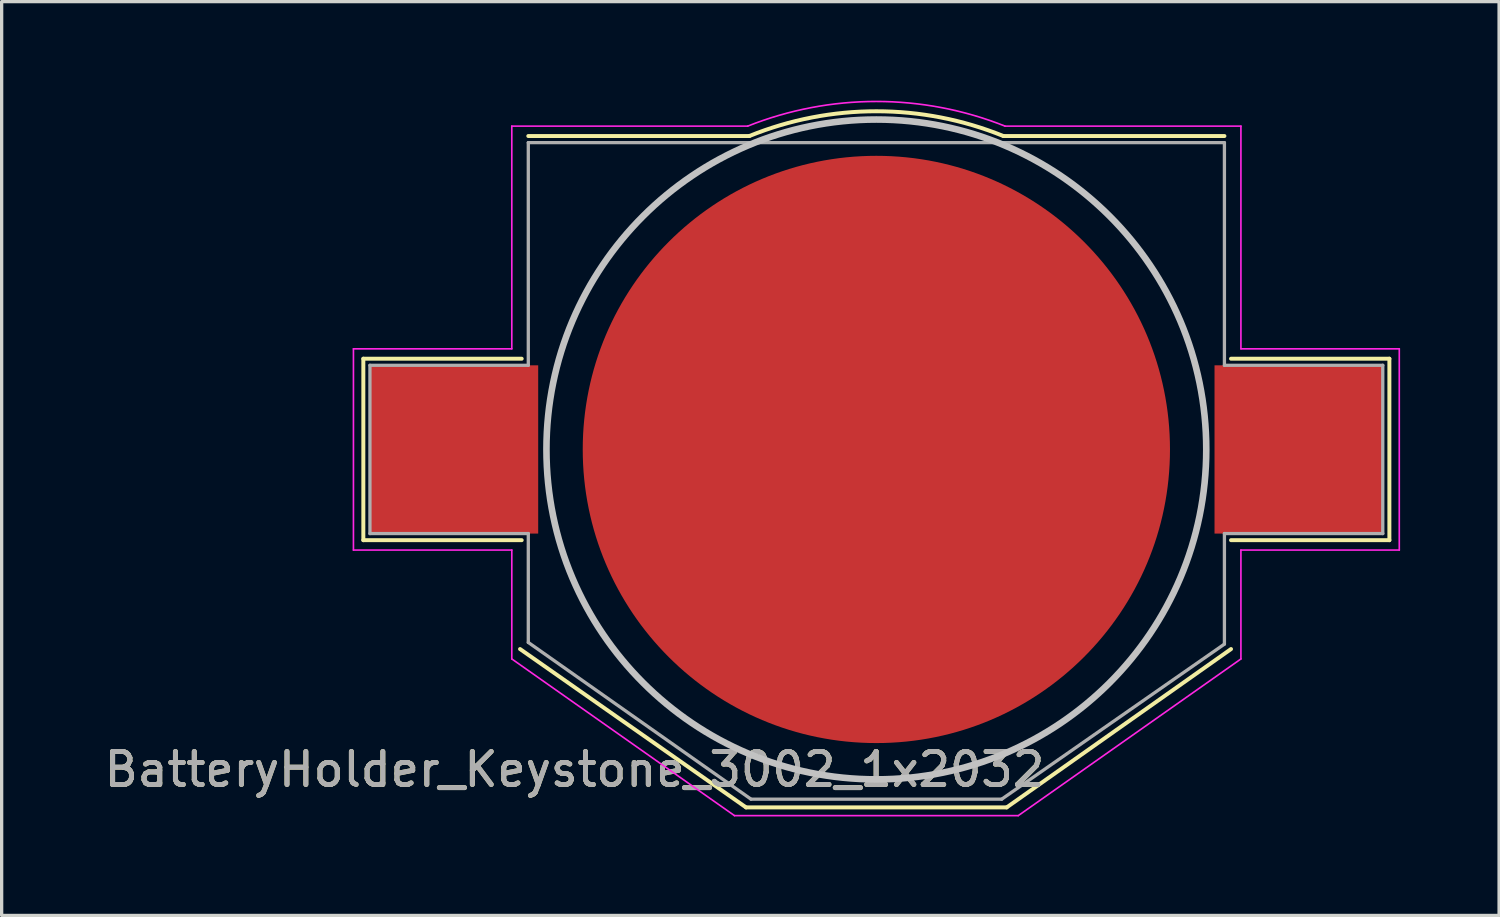
<source format=kicad_pcb>
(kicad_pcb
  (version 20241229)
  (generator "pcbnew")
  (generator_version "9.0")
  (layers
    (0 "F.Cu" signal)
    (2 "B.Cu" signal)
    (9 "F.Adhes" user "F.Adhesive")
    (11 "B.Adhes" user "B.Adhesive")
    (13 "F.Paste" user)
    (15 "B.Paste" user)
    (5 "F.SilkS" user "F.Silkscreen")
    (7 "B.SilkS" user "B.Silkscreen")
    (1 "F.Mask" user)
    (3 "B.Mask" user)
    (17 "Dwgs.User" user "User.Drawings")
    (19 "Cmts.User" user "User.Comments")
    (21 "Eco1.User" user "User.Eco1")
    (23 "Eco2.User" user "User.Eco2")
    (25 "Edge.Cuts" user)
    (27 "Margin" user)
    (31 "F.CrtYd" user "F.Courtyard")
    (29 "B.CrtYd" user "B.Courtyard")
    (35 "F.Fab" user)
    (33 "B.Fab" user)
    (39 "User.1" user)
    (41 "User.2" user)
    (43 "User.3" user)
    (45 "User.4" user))
  (footprint "BatteryHolder_Keystone_3002_1x2032"
    (layer "F.Cu")
    (at 23.513 10.573)
    (property "Reference" "BatteryHolder_Keystone_3002_1x2032" (at -9.15 9.7 0) (layer "F.SilkS") (effects (font (size 1 1) (thickness 0.15))))
    (attr smd)
    (fp_line (start -15.55 -2.75) (end -15.55 2.75) (stroke (width 0.12) (type solid)) (layer "F.SilkS"))
    (fp_line (start -15.55 2.75) (end -10.75 2.75) (stroke (width 0.12) (type solid)) (layer "F.SilkS"))
    (fp_line (start -10.8 6.05) (end -3.95 10.85) (stroke (width 0.12) (type solid)) (layer "F.SilkS"))
    (fp_line (start -10.75 -2.75) (end -15.55 -2.75) (stroke (width 0.12) (type solid)) (layer "F.SilkS"))
    (fp_line (start -10.55 -9.5) (end -3.85 -9.5) (stroke (width 0.12) (type solid)) (layer "F.SilkS"))
    (fp_line (start -3.95 10.85) (end 3.95 10.85) (stroke (width 0.12) (type solid)) (layer "F.SilkS"))
    (fp_line (start 3.95 10.85) (end 10.75 6.05) (stroke (width 0.12) (type solid)) (layer "F.SilkS"))
    (fp_line (start 10.55 -9.5) (end 3.85 -9.5) (stroke (width 0.12) (type solid)) (layer "F.SilkS"))
    (fp_line (start 10.75 2.75) (end 15.55 2.75) (stroke (width 0.12) (type solid)) (layer "F.SilkS"))
    (fp_line (start 15.55 -2.75) (end 10.75 -2.75) (stroke (width 0.12) (type solid)) (layer "F.SilkS"))
    (fp_line (start 15.55 2.75) (end 15.55 -2.75) (stroke (width 0.12) (type solid)) (layer "F.SilkS"))
    (fp_arc (start -3.846385 -9.501464) (mid 0.00195 -10.250487) (end 3.85 -9.5) (stroke (width 0.12) (type solid)) (layer "F.SilkS"))
    (fp_circle (center 0 0) (end 10 0) (stroke (width 0.2) (type solid)) (fill no) (layer "Dwgs.User"))
    (fp_line (start -15.85 -3.05) (end -11.05 -3.05) (stroke (width 0.05) (type solid)) (layer "F.CrtYd"))
    (fp_line (start -15.85 3.05) (end -15.85 -3.05) (stroke (width 0.05) (type solid)) (layer "F.CrtYd"))
    (fp_line (start -11.05 -9.8) (end -3.9 -9.8) (stroke (width 0.05) (type solid)) (layer "F.CrtYd"))
    (fp_line (start -11.05 -3.05) (end -11.05 -9.8) (stroke (width 0.05) (type solid)) (layer "F.CrtYd"))
    (fp_line (start -11.05 3.05) (end -15.85 3.05) (stroke (width 0.05) (type solid)) (layer "F.CrtYd"))
    (fp_line (start -11.05 6.35) (end -11.05 3.05) (stroke (width 0.05) (type solid)) (layer "F.CrtYd"))
    (fp_line (start -4.3 11.1) (end -11.05 6.35) (stroke (width 0.05) (type solid)) (layer "F.CrtYd"))
    (fp_line (start 4.3 11.1) (end -4.3 11.1) (stroke (width 0.05) (type solid)) (layer "F.CrtYd"))
    (fp_line (start 11.05 -9.8) (end 3.9 -9.8) (stroke (width 0.05) (type solid)) (layer "F.CrtYd"))
    (fp_line (start 11.05 -9.8) (end 11.05 -3.05) (stroke (width 0.05) (type solid)) (layer "F.CrtYd"))
    (fp_line (start 11.05 -3.05) (end 15.85 -3.05) (stroke (width 0.05) (type solid)) (layer "F.CrtYd"))
    (fp_line (start 11.05 3.05) (end 11.05 6.35) (stroke (width 0.05) (type solid)) (layer "F.CrtYd"))
    (fp_line (start 11.05 6.35) (end 4.3 11.1) (stroke (width 0.05) (type solid)) (layer "F.CrtYd"))
    (fp_line (start 15.85 -3.05) (end 15.85 3.05) (stroke (width 0.05) (type solid)) (layer "F.CrtYd"))
    (fp_line (start 15.85 3.05) (end 11.05 3.05) (stroke (width 0.05) (type solid)) (layer "F.CrtYd"))
    (fp_arc (start -3.9 -9.8) (mid 0 -10.547512) (end 3.9 -9.8) (stroke (width 0.05) (type solid)) (layer "F.CrtYd"))
    (fp_line (start -15.35 -2.55) (end -15.35 2.55) (stroke (width 0.1) (type solid)) (layer "F.Fab"))
    (fp_line (start -15.35 -2.55) (end -10.55 -2.55) (stroke (width 0.1) (type solid)) (layer "F.Fab"))
    (fp_line (start -15.35 2.55) (end -10.55 2.55) (stroke (width 0.1) (type solid)) (layer "F.Fab"))
    (fp_line (start -10.55 -2.55) (end -10.55 -9.3) (stroke (width 0.1) (type solid)) (layer "F.Fab"))
    (fp_line (start -10.55 2.55) (end -10.55 5.85) (stroke (width 0.1) (type solid)) (layer "F.Fab"))
    (fp_line (start -10.55 5.85) (end -3.8 10.6) (stroke (width 0.1) (type solid)) (layer "F.Fab"))
    (fp_line (start -3.8 10.6) (end 3.8 10.6) (stroke (width 0.1) (type solid)) (layer "F.Fab"))
    (fp_line (start 10.55 -9.3) (end -10.55 -9.3) (stroke (width 0.1) (type solid)) (layer "F.Fab"))
    (fp_line (start 10.55 -2.55) (end 10.55 -9.3) (stroke (width 0.1) (type solid)) (layer "F.Fab"))
    (fp_line (start 10.55 2.55) (end 10.55 5.9) (stroke (width 0.1) (type solid)) (layer "F.Fab"))
    (fp_line (start 10.55 2.55) (end 15.35 2.55) (stroke (width 0.1) (type solid)) (layer "F.Fab"))
    (fp_line (start 10.55 5.9) (end 3.8 10.6) (stroke (width 0.1) (type solid)) (layer "F.Fab"))
    (fp_line (start 15.35 -2.55) (end 10.55 -2.55) (stroke (width 0.1) (type solid)) (layer "F.Fab"))
    (fp_line (start 15.35 2.55) (end 15.35 -2.55) (stroke (width 0.1) (type solid)) (layer "F.Fab"))
    (fp_text user "${REFERENCE}" (at -9.15 9.7 0) (layer "F.Fab") (effects (font (size 1 1) (thickness 0.15))))
    (pad "1" smd rect (at -12.8 0) (size 5.1 5.1) (layers "F.Cu" "F.Mask" "F.Paste"))
    (pad "1" smd rect (at 12.8 0) (size 5.1 5.1) (layers "F.Cu" "F.Mask" "F.Paste"))
    (pad "2" smd circle (at 0 0) (size 17.8 17.8) (layers "F.Cu" "F.Mask")))
  (gr_rect
    (start -3 -3)
    (end 42.388 24.698)
    (stroke (width 0.1) (type default))
    (fill no)
    (layer "Edge.Cuts")))
</source>
